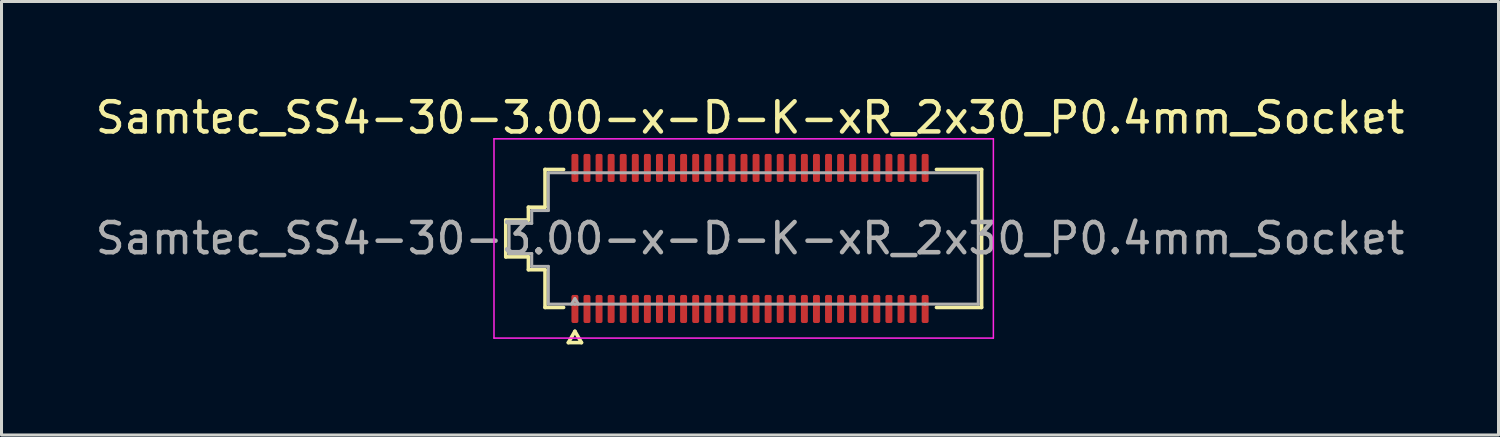
<source format=kicad_pcb>
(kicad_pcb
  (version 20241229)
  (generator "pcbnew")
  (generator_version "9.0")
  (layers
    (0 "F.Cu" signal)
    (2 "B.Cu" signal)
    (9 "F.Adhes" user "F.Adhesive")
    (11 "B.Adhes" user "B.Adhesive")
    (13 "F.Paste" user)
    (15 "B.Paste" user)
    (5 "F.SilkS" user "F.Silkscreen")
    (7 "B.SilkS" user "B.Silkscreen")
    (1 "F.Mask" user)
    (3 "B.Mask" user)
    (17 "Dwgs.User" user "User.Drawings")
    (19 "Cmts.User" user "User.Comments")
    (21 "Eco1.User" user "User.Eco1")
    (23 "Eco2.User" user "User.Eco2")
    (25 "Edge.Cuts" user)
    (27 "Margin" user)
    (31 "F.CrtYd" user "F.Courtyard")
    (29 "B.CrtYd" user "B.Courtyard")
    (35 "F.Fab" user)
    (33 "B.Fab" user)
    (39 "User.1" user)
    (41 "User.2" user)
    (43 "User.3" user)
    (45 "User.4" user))
  (footprint "Samtec_SS4-30-3.00-x-D-K-xR_2x30_P0.4mm_Socket"
    (layer "F.Cu")
    (at 21.792 4.848)
    (property "Reference" "Samtec_SS4-30-3.00-x-D-K-xR_2x30_P0.4mm_Socket" (at 0 -4 0) (layer "F.SilkS") (effects (font (size 1 1) (thickness 0.15))))
    (attr smd)
    (fp_line (start -8.09 -0.61) (end -7.34 -0.61) (stroke (width 0.12) (type solid)) (layer "F.SilkS"))
    (fp_line (start -8.09 0.61) (end -8.09 -0.61) (stroke (width 0.12) (type solid)) (layer "F.SilkS"))
    (fp_line (start -7.34 -1.035) (end -6.79 -1.035) (stroke (width 0.12) (type solid)) (layer "F.SilkS"))
    (fp_line (start -7.34 -0.61) (end -7.34 -1.035) (stroke (width 0.12) (type solid)) (layer "F.SilkS"))
    (fp_line (start -7.34 0.61) (end -8.09 0.61) (stroke (width 0.12) (type solid)) (layer "F.SilkS"))
    (fp_line (start -7.34 1.035) (end -7.34 0.61) (stroke (width 0.12) (type solid)) (layer "F.SilkS"))
    (fp_line (start -6.79 -2.285) (end -6.175 -2.285) (stroke (width 0.12) (type solid)) (layer "F.SilkS"))
    (fp_line (start -6.79 -1.035) (end -6.79 -2.285) (stroke (width 0.12) (type solid)) (layer "F.SilkS"))
    (fp_line (start -6.79 1.035) (end -7.34 1.035) (stroke (width 0.12) (type solid)) (layer "F.SilkS"))
    (fp_line (start -6.79 2.285) (end -6.79 1.035) (stroke (width 0.12) (type solid)) (layer "F.SilkS"))
    (fp_line (start -6.175 2.285) (end -6.79 2.285) (stroke (width 0.12) (type solid)) (layer "F.SilkS"))
    (fp_line (start -6.017 3.45) (end -5.8 3.075) (stroke (width 0.12) (type solid)) (layer "F.SilkS"))
    (fp_line (start -5.8 3.075) (end -5.583 3.45) (stroke (width 0.12) (type solid)) (layer "F.SilkS"))
    (fp_line (start -5.583 3.45) (end -6.017 3.45) (stroke (width 0.12) (type solid)) (layer "F.SilkS"))
    (fp_line (start 6.175 -2.285) (end 7.67 -2.285) (stroke (width 0.12) (type solid)) (layer "F.SilkS"))
    (fp_line (start 7.67 -2.285) (end 7.67 2.285) (stroke (width 0.12) (type solid)) (layer "F.SilkS"))
    (fp_line (start 7.67 2.285) (end 6.175 2.285) (stroke (width 0.12) (type solid)) (layer "F.SilkS"))
    (fp_line (start -8.48 -3.3) (end -8.48 3.3) (stroke (width 0.05) (type solid)) (layer "F.CrtYd"))
    (fp_line (start -8.48 3.3) (end 8.06 3.3) (stroke (width 0.05) (type solid)) (layer "F.CrtYd"))
    (fp_line (start 8.06 -3.3) (end -8.48 -3.3) (stroke (width 0.05) (type solid)) (layer "F.CrtYd"))
    (fp_line (start 8.06 3.3) (end 8.06 -3.3) (stroke (width 0.05) (type solid)) (layer "F.CrtYd"))
    (fp_line (start -7.98 -0.5) (end -7.23 -0.5) (stroke (width 0.1) (type solid)) (layer "F.Fab"))
    (fp_line (start -7.98 0.5) (end -7.98 -0.5) (stroke (width 0.1) (type solid)) (layer "F.Fab"))
    (fp_line (start -7.23 -0.925) (end -6.68 -0.925) (stroke (width 0.1) (type solid)) (layer "F.Fab"))
    (fp_line (start -7.23 -0.5) (end -7.23 -0.925) (stroke (width 0.1) (type solid)) (layer "F.Fab"))
    (fp_line (start -7.23 0.5) (end -7.98 0.5) (stroke (width 0.1) (type solid)) (layer "F.Fab"))
    (fp_line (start -7.23 0.925) (end -7.23 0.5) (stroke (width 0.1) (type solid)) (layer "F.Fab"))
    (fp_line (start -6.68 -2.175) (end -5.8 -2.175) (stroke (width 0.1) (type solid)) (layer "F.Fab"))
    (fp_line (start -6.68 -0.925) (end -6.68 -2.175) (stroke (width 0.1) (type solid)) (layer "F.Fab"))
    (fp_line (start -6.68 0.925) (end -7.23 0.925) (stroke (width 0.1) (type solid)) (layer "F.Fab"))
    (fp_line (start -6.68 2.175) (end -6.68 0.925) (stroke (width 0.1) (type solid)) (layer "F.Fab"))
    (fp_line (start -5.8 -2.175) (end 5.8 -2.175) (stroke (width 0.1) (type solid)) (layer "F.Fab"))
    (fp_line (start -5.8 1.991) (end -5.915 2.175) (stroke (width 0.1) (type solid)) (layer "F.Fab"))
    (fp_line (start -5.8 1.991) (end -5.685 2.175) (stroke (width 0.1) (type solid)) (layer "F.Fab"))
    (fp_line (start -5.8 2.175) (end -6.68 2.175) (stroke (width 0.1) (type solid)) (layer "F.Fab"))
    (fp_line (start 5.8 -2.175) (end 7.56 -2.175) (stroke (width 0.1) (type solid)) (layer "F.Fab"))
    (fp_line (start 5.8 2.175) (end -5.8 2.175) (stroke (width 0.1) (type solid)) (layer "F.Fab"))
    (fp_line (start 7.56 -2.175) (end 7.56 2.175) (stroke (width 0.1) (type solid)) (layer "F.Fab"))
    (fp_line (start 7.56 2.175) (end 5.8 2.175) (stroke (width 0.1) (type solid)) (layer "F.Fab"))
    (fp_text user "${REFERENCE}" (at 0 0 0) (layer "F.Fab") (effects (font (size 1 1) (thickness 0.15))))
    (pad "1" smd roundrect (at -5.8 2.335) (size 0.23 0.93) (layers "F.Cu" "F.Mask" "F.Paste") (roundrect_rratio 0.25))
    (pad "2" smd roundrect (at -5.8 -2.335) (size 0.23 0.93) (layers "F.Cu" "F.Mask" "F.Paste") (roundrect_rratio 0.25))
    (pad "3" smd roundrect (at -5.4 2.335) (size 0.23 0.93) (layers "F.Cu" "F.Mask" "F.Paste") (roundrect_rratio 0.25))
    (pad "4" smd roundrect (at -5.4 -2.335) (size 0.23 0.93) (layers "F.Cu" "F.Mask" "F.Paste") (roundrect_rratio 0.25))
    (pad "5" smd roundrect (at -5 2.335) (size 0.23 0.93) (layers "F.Cu" "F.Mask" "F.Paste") (roundrect_rratio 0.25))
    (pad "6" smd roundrect (at -5 -2.335) (size 0.23 0.93) (layers "F.Cu" "F.Mask" "F.Paste") (roundrect_rratio 0.25))
    (pad "7" smd roundrect (at -4.6 2.335) (size 0.23 0.93) (layers "F.Cu" "F.Mask" "F.Paste") (roundrect_rratio 0.25))
    (pad "8" smd roundrect (at -4.6 -2.335) (size 0.23 0.93) (layers "F.Cu" "F.Mask" "F.Paste") (roundrect_rratio 0.25))
    (pad "9" smd roundrect (at -4.2 2.335) (size 0.23 0.93) (layers "F.Cu" "F.Mask" "F.Paste") (roundrect_rratio 0.25))
    (pad "10" smd roundrect (at -4.2 -2.335) (size 0.23 0.93) (layers "F.Cu" "F.Mask" "F.Paste") (roundrect_rratio 0.25))
    (pad "11" smd roundrect (at -3.8 2.335) (size 0.23 0.93) (layers "F.Cu" "F.Mask" "F.Paste") (roundrect_rratio 0.25))
    (pad "12" smd roundrect (at -3.8 -2.335) (size 0.23 0.93) (layers "F.Cu" "F.Mask" "F.Paste") (roundrect_rratio 0.25))
    (pad "13" smd roundrect (at -3.4 2.335) (size 0.23 0.93) (layers "F.Cu" "F.Mask" "F.Paste") (roundrect_rratio 0.25))
    (pad "14" smd roundrect (at -3.4 -2.335) (size 0.23 0.93) (layers "F.Cu" "F.Mask" "F.Paste") (roundrect_rratio 0.25))
    (pad "15" smd roundrect (at -3 2.335) (size 0.23 0.93) (layers "F.Cu" "F.Mask" "F.Paste") (roundrect_rratio 0.25))
    (pad "16" smd roundrect (at -3 -2.335) (size 0.23 0.93) (layers "F.Cu" "F.Mask" "F.Paste") (roundrect_rratio 0.25))
    (pad "17" smd roundrect (at -2.6 2.335) (size 0.23 0.93) (layers "F.Cu" "F.Mask" "F.Paste") (roundrect_rratio 0.25))
    (pad "18" smd roundrect (at -2.6 -2.335) (size 0.23 0.93) (layers "F.Cu" "F.Mask" "F.Paste") (roundrect_rratio 0.25))
    (pad "19" smd roundrect (at -2.2 2.335) (size 0.23 0.93) (layers "F.Cu" "F.Mask" "F.Paste") (roundrect_rratio 0.25))
    (pad "20" smd roundrect (at -2.2 -2.335) (size 0.23 0.93) (layers "F.Cu" "F.Mask" "F.Paste") (roundrect_rratio 0.25))
    (pad "21" smd roundrect (at -1.8 2.335) (size 0.23 0.93) (layers "F.Cu" "F.Mask" "F.Paste") (roundrect_rratio 0.25))
    (pad "22" smd roundrect (at -1.8 -2.335) (size 0.23 0.93) (layers "F.Cu" "F.Mask" "F.Paste") (roundrect_rratio 0.25))
    (pad "23" smd roundrect (at -1.4 2.335) (size 0.23 0.93) (layers "F.Cu" "F.Mask" "F.Paste") (roundrect_rratio 0.25))
    (pad "24" smd roundrect (at -1.4 -2.335) (size 0.23 0.93) (layers "F.Cu" "F.Mask" "F.Paste") (roundrect_rratio 0.25))
    (pad "25" smd roundrect (at -1 2.335) (size 0.23 0.93) (layers "F.Cu" "F.Mask" "F.Paste") (roundrect_rratio 0.25))
    (pad "26" smd roundrect (at -1 -2.335) (size 0.23 0.93) (layers "F.Cu" "F.Mask" "F.Paste") (roundrect_rratio 0.25))
    (pad "27" smd roundrect (at -0.6 2.335) (size 0.23 0.93) (layers "F.Cu" "F.Mask" "F.Paste") (roundrect_rratio 0.25))
    (pad "28" smd roundrect (at -0.6 -2.335) (size 0.23 0.93) (layers "F.Cu" "F.Mask" "F.Paste") (roundrect_rratio 0.25))
    (pad "29" smd roundrect (at -0.2 2.335) (size 0.23 0.93) (layers "F.Cu" "F.Mask" "F.Paste") (roundrect_rratio 0.25))
    (pad "30" smd roundrect (at -0.2 -2.335) (size 0.23 0.93) (layers "F.Cu" "F.Mask" "F.Paste") (roundrect_rratio 0.25))
    (pad "31" smd roundrect (at 0.2 2.335) (size 0.23 0.93) (layers "F.Cu" "F.Mask" "F.Paste") (roundrect_rratio 0.25))
    (pad "32" smd roundrect (at 0.2 -2.335) (size 0.23 0.93) (layers "F.Cu" "F.Mask" "F.Paste") (roundrect_rratio 0.25))
    (pad "33" smd roundrect (at 0.6 2.335) (size 0.23 0.93) (layers "F.Cu" "F.Mask" "F.Paste") (roundrect_rratio 0.25))
    (pad "34" smd roundrect (at 0.6 -2.335) (size 0.23 0.93) (layers "F.Cu" "F.Mask" "F.Paste") (roundrect_rratio 0.25))
    (pad "35" smd roundrect (at 1 2.335) (size 0.23 0.93) (layers "F.Cu" "F.Mask" "F.Paste") (roundrect_rratio 0.25))
    (pad "36" smd roundrect (at 1 -2.335) (size 0.23 0.93) (layers "F.Cu" "F.Mask" "F.Paste") (roundrect_rratio 0.25))
    (pad "37" smd roundrect (at 1.4 2.335) (size 0.23 0.93) (layers "F.Cu" "F.Mask" "F.Paste") (roundrect_rratio 0.25))
    (pad "38" smd roundrect (at 1.4 -2.335) (size 0.23 0.93) (layers "F.Cu" "F.Mask" "F.Paste") (roundrect_rratio 0.25))
    (pad "39" smd roundrect (at 1.8 2.335) (size 0.23 0.93) (layers "F.Cu" "F.Mask" "F.Paste") (roundrect_rratio 0.25))
    (pad "40" smd roundrect (at 1.8 -2.335) (size 0.23 0.93) (layers "F.Cu" "F.Mask" "F.Paste") (roundrect_rratio 0.25))
    (pad "41" smd roundrect (at 2.2 2.335) (size 0.23 0.93) (layers "F.Cu" "F.Mask" "F.Paste") (roundrect_rratio 0.25))
    (pad "42" smd roundrect (at 2.2 -2.335) (size 0.23 0.93) (layers "F.Cu" "F.Mask" "F.Paste") (roundrect_rratio 0.25))
    (pad "43" smd roundrect (at 2.6 2.335) (size 0.23 0.93) (layers "F.Cu" "F.Mask" "F.Paste") (roundrect_rratio 0.25))
    (pad "44" smd roundrect (at 2.6 -2.335) (size 0.23 0.93) (layers "F.Cu" "F.Mask" "F.Paste") (roundrect_rratio 0.25))
    (pad "45" smd roundrect (at 3 2.335) (size 0.23 0.93) (layers "F.Cu" "F.Mask" "F.Paste") (roundrect_rratio 0.25))
    (pad "46" smd roundrect (at 3 -2.335) (size 0.23 0.93) (layers "F.Cu" "F.Mask" "F.Paste") (roundrect_rratio 0.25))
    (pad "47" smd roundrect (at 3.4 2.335) (size 0.23 0.93) (layers "F.Cu" "F.Mask" "F.Paste") (roundrect_rratio 0.25))
    (pad "48" smd roundrect (at 3.4 -2.335) (size 0.23 0.93) (layers "F.Cu" "F.Mask" "F.Paste") (roundrect_rratio 0.25))
    (pad "49" smd roundrect (at 3.8 2.335) (size 0.23 0.93) (layers "F.Cu" "F.Mask" "F.Paste") (roundrect_rratio 0.25))
    (pad "50" smd roundrect (at 3.8 -2.335) (size 0.23 0.93) (layers "F.Cu" "F.Mask" "F.Paste") (roundrect_rratio 0.25))
    (pad "51" smd roundrect (at 4.2 2.335) (size 0.23 0.93) (layers "F.Cu" "F.Mask" "F.Paste") (roundrect_rratio 0.25))
    (pad "52" smd roundrect (at 4.2 -2.335) (size 0.23 0.93) (layers "F.Cu" "F.Mask" "F.Paste") (roundrect_rratio 0.25))
    (pad "53" smd roundrect (at 4.6 2.335) (size 0.23 0.93) (layers "F.Cu" "F.Mask" "F.Paste") (roundrect_rratio 0.25))
    (pad "54" smd roundrect (at 4.6 -2.335) (size 0.23 0.93) (layers "F.Cu" "F.Mask" "F.Paste") (roundrect_rratio 0.25))
    (pad "55" smd roundrect (at 5 2.335) (size 0.23 0.93) (layers "F.Cu" "F.Mask" "F.Paste") (roundrect_rratio 0.25))
    (pad "56" smd roundrect (at 5 -2.335) (size 0.23 0.93) (layers "F.Cu" "F.Mask" "F.Paste") (roundrect_rratio 0.25))
    (pad "57" smd roundrect (at 5.4 2.335) (size 0.23 0.93) (layers "F.Cu" "F.Mask" "F.Paste") (roundrect_rratio 0.25))
    (pad "58" smd roundrect (at 5.4 -2.335) (size 0.23 0.93) (layers "F.Cu" "F.Mask" "F.Paste") (roundrect_rratio 0.25))
    (pad "59" smd roundrect (at 5.8 2.335) (size 0.23 0.93) (layers "F.Cu" "F.Mask" "F.Paste") (roundrect_rratio 0.25))
    (pad "60" smd roundrect (at 5.8 -2.335) (size 0.23 0.93) (layers "F.Cu" "F.Mask" "F.Paste") (roundrect_rratio 0.25))
    (zone (net_name "") (layer "F.Cu") (name "Via keepout") (hatch edge 0.5) (connect_pads) (min_thickness 0.25) (filled_areas_thickness no) (keepout (tracks not_allowed) (vias not_allowed) (pads allowed) (copperpour not_allowed) (footprints allowed)) (placement (enabled no)) (fill) (polygon (pts (xy 15.877 2.978) (xy 27.707 2.978) (xy 27.707 6.718) (xy 15.877 6.718)))))
  (gr_rect
    (start -3 -3)
    (end 46.583 11.358)
    (stroke (width 0.1) (type default))
    (fill no)
    (layer "Edge.Cuts")))
</source>
